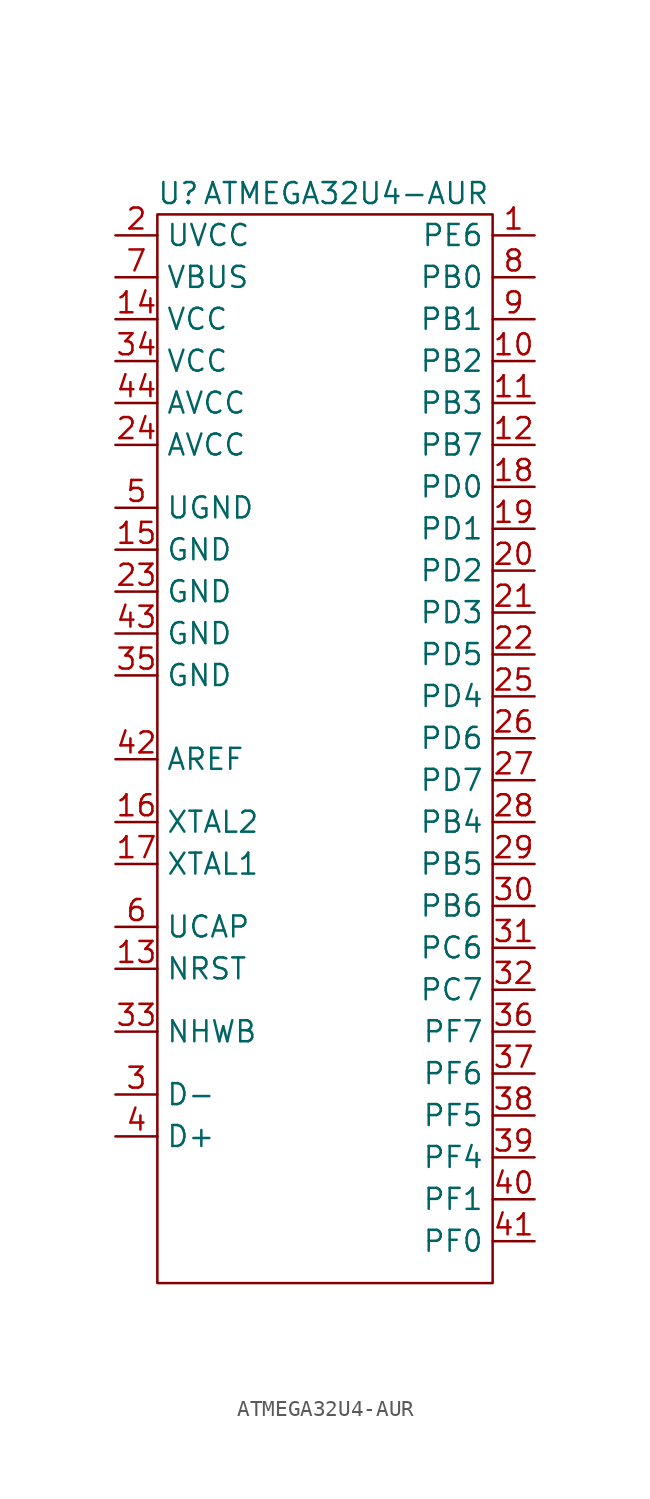
<source format=kicad_sym>
(kicad_symbol_lib
  (version 20211014)
  (generator kicad_symbol_editor)
  (symbol "ATMEGA32U4-AUR"
    (property "Reference" "U"
      (at -27.94 1.27 0)
      (effects (font (size 1.27 1.27))))
    (property "Value" "ATMEGA32U4-AUR"
      (at -17.78 1.27 0)
      (effects (font (size 1.27 1.27))))
    (symbol "ATMEGA32U4-AUR_0_1"
      (rectangle (start -29.21 0) (end -8.89 -64.77) (stroke (width 0) (type default) (color 0 0 0 0)) (fill (type none))))
    (symbol "ATMEGA32U4-AUR_1_1"
      (pin bidirectional line (at -6.35 -1.27 180) (length 2.54) (name "PE6" (effects (font (size 1.27 1.27)))) (number "1" (effects (font (size 1.27 1.27)))))
      (pin bidirectional line (at -6.35 -8.89 180) (length 2.54) (name "PB2" (effects (font (size 1.27 1.27)))) (number "10" (effects (font (size 1.27 1.27)))))
      (pin bidirectional line (at -6.35 -11.43 180) (length 2.54) (name "PB3" (effects (font (size 1.27 1.27)))) (number "11" (effects (font (size 1.27 1.27)))))
      (pin bidirectional line (at -6.35 -13.97 180) (length 2.54) (name "PB7" (effects (font (size 1.27 1.27)))) (number "12" (effects (font (size 1.27 1.27)))))
      (pin bidirectional line (at -31.75 -45.72 0) (length 2.54) (name "NRST" (effects (font (size 1.27 1.27)))) (number "13" (effects (font (size 1.27 1.27)))))
      (pin bidirectional line (at -31.75 -6.35 0) (length 2.54) (name "VCC" (effects (font (size 1.27 1.27)))) (number "14" (effects (font (size 1.27 1.27)))))
      (pin bidirectional line (at -31.75 -20.32 0) (length 2.54) (name "GND" (effects (font (size 1.27 1.27)))) (number "15" (effects (font (size 1.27 1.27)))))
      (pin bidirectional line (at -31.75 -36.83 0) (length 2.54) (name "XTAL2" (effects (font (size 1.27 1.27)))) (number "16" (effects (font (size 1.27 1.27)))))
      (pin bidirectional line (at -31.75 -39.37 0) (length 2.54) (name "XTAL1" (effects (font (size 1.27 1.27)))) (number "17" (effects (font (size 1.27 1.27)))))
      (pin bidirectional line (at -6.35 -16.51 180) (length 2.54) (name "PD0" (effects (font (size 1.27 1.27)))) (number "18" (effects (font (size 1.27 1.27)))))
      (pin bidirectional line (at -6.35 -19.05 180) (length 2.54) (name "PD1" (effects (font (size 1.27 1.27)))) (number "19" (effects (font (size 1.27 1.27)))))
      (pin bidirectional line (at -31.75 -1.27 0) (length 2.54) (name "UVCC" (effects (font (size 1.27 1.27)))) (number "2" (effects (font (size 1.27 1.27)))))
      (pin bidirectional line (at -6.35 -21.59 180) (length 2.54) (name "PD2" (effects (font (size 1.27 1.27)))) (number "20" (effects (font (size 1.27 1.27)))))
      (pin bidirectional line (at -6.35 -24.13 180) (length 2.54) (name "PD3" (effects (font (size 1.27 1.27)))) (number "21" (effects (font (size 1.27 1.27)))))
      (pin bidirectional line (at -6.35 -26.67 180) (length 2.54) (name "PD5" (effects (font (size 1.27 1.27)))) (number "22" (effects (font (size 1.27 1.27)))))
      (pin bidirectional line (at -31.75 -22.86 0) (length 2.54) (name "GND" (effects (font (size 1.27 1.27)))) (number "23" (effects (font (size 1.27 1.27)))))
      (pin bidirectional line (at -31.75 -13.97 0) (length 2.54) (name "AVCC" (effects (font (size 1.27 1.27)))) (number "24" (effects (font (size 1.27 1.27)))))
      (pin bidirectional line (at -6.35 -29.21 180) (length 2.54) (name "PD4" (effects (font (size 1.27 1.27)))) (number "25" (effects (font (size 1.27 1.27)))))
      (pin bidirectional line (at -6.35 -31.75 180) (length 2.54) (name "PD6" (effects (font (size 1.27 1.27)))) (number "26" (effects (font (size 1.27 1.27)))))
      (pin bidirectional line (at -6.35 -34.29 180) (length 2.54) (name "PD7" (effects (font (size 1.27 1.27)))) (number "27" (effects (font (size 1.27 1.27)))))
      (pin bidirectional line (at -6.35 -36.83 180) (length 2.54) (name "PB4" (effects (font (size 1.27 1.27)))) (number "28" (effects (font (size 1.27 1.27)))))
      (pin bidirectional line (at -6.35 -39.37 180) (length 2.54) (name "PB5" (effects (font (size 1.27 1.27)))) (number "29" (effects (font (size 1.27 1.27)))))
      (pin bidirectional line (at -31.75 -53.34 0) (length 2.54) (name "D-" (effects (font (size 1.27 1.27)))) (number "3" (effects (font (size 1.27 1.27)))))
      (pin bidirectional line (at -6.35 -41.91 180) (length 2.54) (name "PB6" (effects (font (size 1.27 1.27)))) (number "30" (effects (font (size 1.27 1.27)))))
      (pin bidirectional line (at -6.35 -44.45 180) (length 2.54) (name "PC6" (effects (font (size 1.27 1.27)))) (number "31" (effects (font (size 1.27 1.27)))))
      (pin bidirectional line (at -6.35 -46.99 180) (length 2.54) (name "PC7" (effects (font (size 1.27 1.27)))) (number "32" (effects (font (size 1.27 1.27)))))
      (pin bidirectional line (at -31.75 -49.53 0) (length 2.54) (name "NHWB" (effects (font (size 1.27 1.27)))) (number "33" (effects (font (size 1.27 1.27)))))
      (pin bidirectional line (at -31.75 -8.89 0) (length 2.54) (name "VCC" (effects (font (size 1.27 1.27)))) (number "34" (effects (font (size 1.27 1.27)))))
      (pin bidirectional line (at -31.75 -27.94 0) (length 2.54) (name "GND" (effects (font (size 1.27 1.27)))) (number "35" (effects (font (size 1.27 1.27)))))
      (pin bidirectional line (at -6.35 -49.53 180) (length 2.54) (name "PF7" (effects (font (size 1.27 1.27)))) (number "36" (effects (font (size 1.27 1.27)))))
      (pin bidirectional line (at -6.35 -52.07 180) (length 2.54) (name "PF6" (effects (font (size 1.27 1.27)))) (number "37" (effects (font (size 1.27 1.27)))))
      (pin bidirectional line (at -6.35 -54.61 180) (length 2.54) (name "PF5" (effects (font (size 1.27 1.27)))) (number "38" (effects (font (size 1.27 1.27)))))
      (pin bidirectional line (at -6.35 -57.15 180) (length 2.54) (name "PF4" (effects (font (size 1.27 1.27)))) (number "39" (effects (font (size 1.27 1.27)))))
      (pin bidirectional line (at -31.75 -55.88 0) (length 2.54) (name "D+" (effects (font (size 1.27 1.27)))) (number "4" (effects (font (size 1.27 1.27)))))
      (pin bidirectional line (at -6.35 -59.69 180) (length 2.54) (name "PF1" (effects (font (size 1.27 1.27)))) (number "40" (effects (font (size 1.27 1.27)))))
      (pin bidirectional line (at -6.35 -62.23 180) (length 2.54) (name "PF0" (effects (font (size 1.27 1.27)))) (number "41" (effects (font (size 1.27 1.27)))))
      (pin bidirectional line (at -31.75 -33.02 0) (length 2.54) (name "AREF" (effects (font (size 1.27 1.27)))) (number "42" (effects (font (size 1.27 1.27)))))
      (pin bidirectional line (at -31.75 -25.4 0) (length 2.54) (name "GND" (effects (font (size 1.27 1.27)))) (number "43" (effects (font (size 1.27 1.27)))))
      (pin bidirectional line (at -31.75 -11.43 0) (length 2.54) (name "AVCC" (effects (font (size 1.27 1.27)))) (number "44" (effects (font (size 1.27 1.27)))))
      (pin bidirectional line (at -31.75 -17.78 0) (length 2.54) (name "UGND" (effects (font (size 1.27 1.27)))) (number "5" (effects (font (size 1.27 1.27)))))
      (pin bidirectional line (at -31.75 -43.18 0) (length 2.54) (name "UCAP" (effects (font (size 1.27 1.27)))) (number "6" (effects (font (size 1.27 1.27)))))
      (pin bidirectional line (at -31.75 -3.81 0) (length 2.54) (name "VBUS" (effects (font (size 1.27 1.27)))) (number "7" (effects (font (size 1.27 1.27)))))
      (pin bidirectional line (at -6.35 -3.81 180) (length 2.54) (name "PB0" (effects (font (size 1.27 1.27)))) (number "8" (effects (font (size 1.27 1.27)))))
      (pin bidirectional line (at -6.35 -6.35 180) (length 2.54) (name "PB1" (effects (font (size 1.27 1.27)))) (number "9" (effects (font (size 1.27 1.27))))))))
</source>
